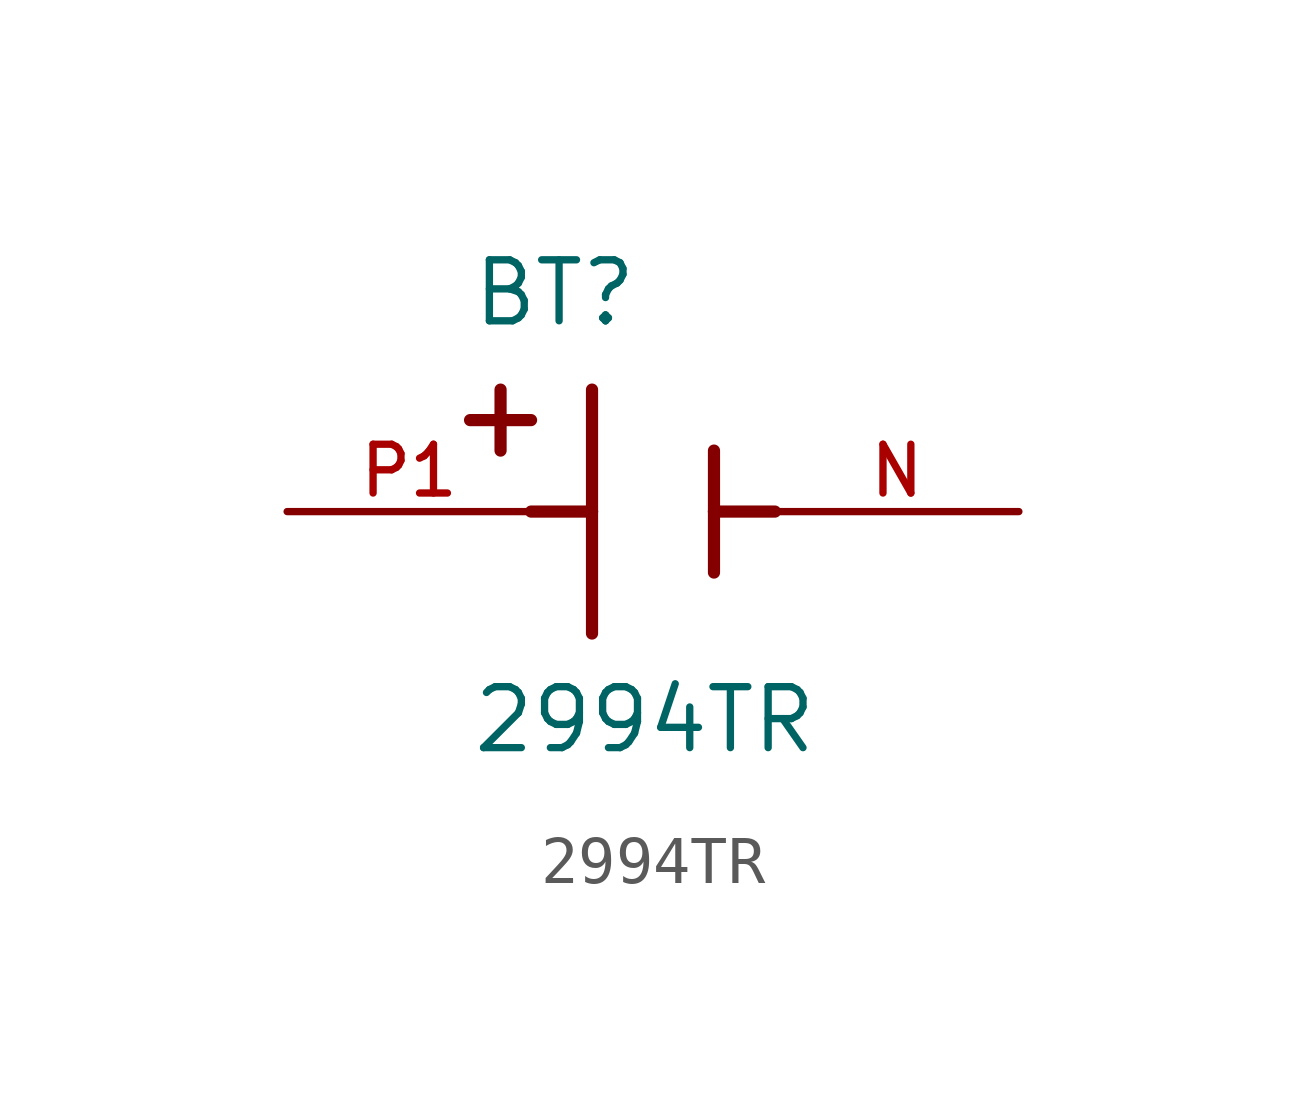
<source format=kicad_sym>
(kicad_symbol_lib
  (version 20211014)
  (generator kicad_symbol_editor)
  (symbol "2994TR"
    (pin_names
      (offset 1.016))
    (property "Reference" "BT"
      (at -3.81 3.81 0)
      (effects (font (size 1.27 1.27)) (justify bottom left)))
    (property "Value" "2994TR"
      (at -3.81 -5.08 0)
      (effects (font (size 1.27 1.27)) (justify bottom left)))
    (symbol "2994TR_0_0"
      (polyline (pts (xy -1.27 2.54) (xy -1.27 0.0)) (stroke (width 0.254)))
      (polyline (pts (xy -1.27 0.0) (xy -1.27 -2.54)) (stroke (width 0.254)))
      (polyline (pts (xy 1.27 1.27) (xy 1.27 0.0)) (stroke (width 0.254)))
      (polyline (pts (xy 1.27 0.0) (xy 1.27 -1.27)) (stroke (width 0.254)))
      (polyline (pts (xy -1.27 0.0) (xy -2.54 0.0)) (stroke (width 0.254)))
      (polyline (pts (xy 1.27 0.0) (xy 2.54 0.0)) (stroke (width 0.254)))
      (polyline (pts (xy -3.175 2.54) (xy -3.175 1.27)) (stroke (width 0.254)))
      (polyline (pts (xy -3.81 1.905) (xy -2.54 1.905)) (stroke (width 0.254)))
      (pin passive line (at -7.62 0.0 0) (length 5.08) (name "~" (effects (font (size 1.016 1.016)))) (number "P1" (effects (font (size 1.016 1.016)))))
      (pin passive line (at 7.62 0.0 180.0) (length 5.08) (name "~" (effects (font (size 1.016 1.016)))) (number "N" (effects (font (size 1.016 1.016))))))))
</source>
